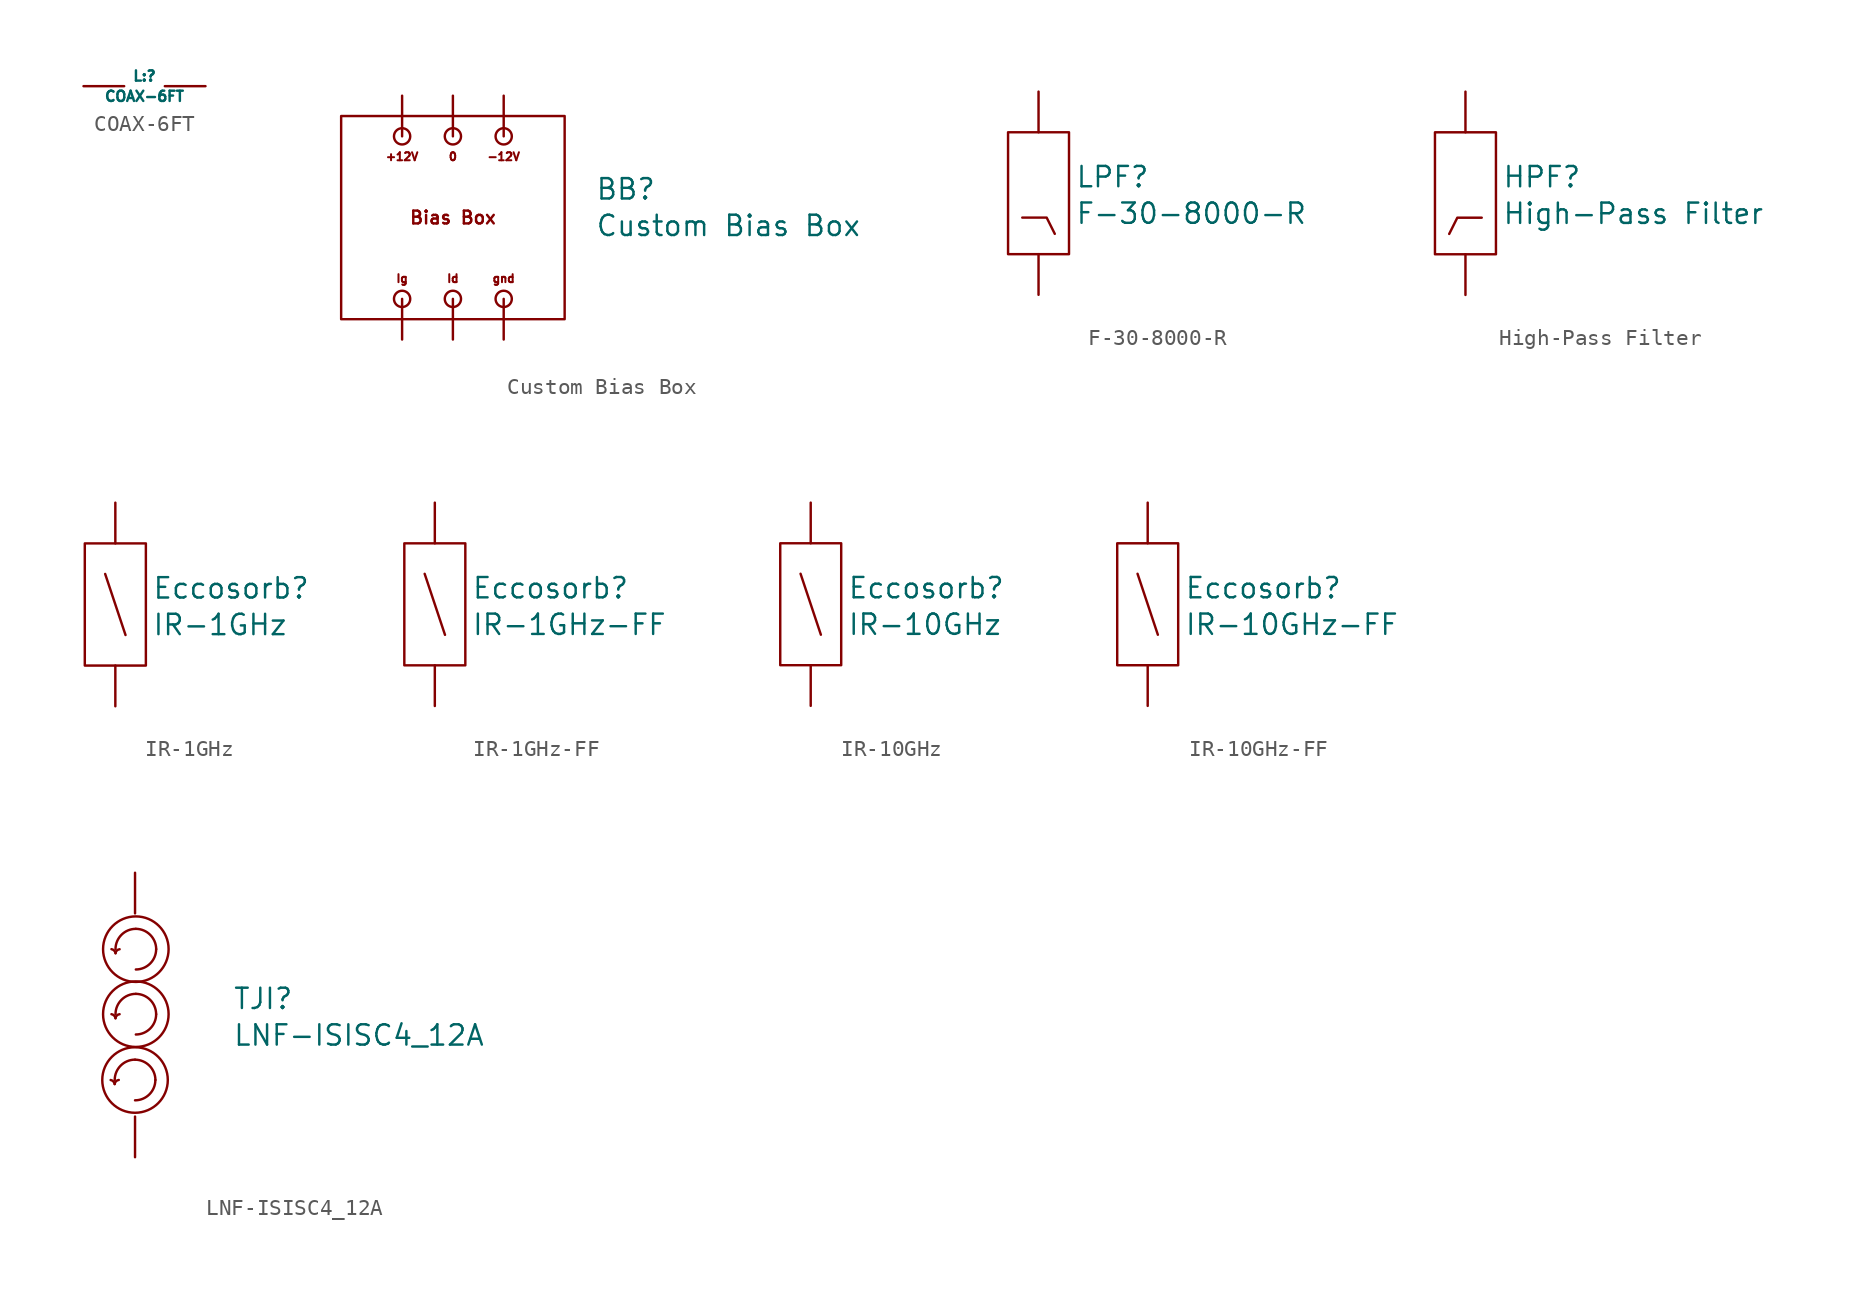
<source format=kicad_sym>
(kicad_symbol_lib
  (version 20220914)
  (generator kicad_symbol_editor)
  (symbol "COAX-6FT"
    (property "Reference" "L:"
      (at 0 0.635 0)
      (effects (font (size 0.64 0.64))))
    (property "Value" "COAX-6FT"
      (at 0 -0.635 0)
      (effects (font (size 0.64 0.64))))
    (symbol "COAX-6FT_1_1"
      (pin bidirectional line (at -3.81 0 0) (length 2.54) (name "" (effects (font (size 0.5 0.5)))) (number "" (effects (font (size 1.27 1.27)))))
      (pin bidirectional line (at 3.81 0 180) (length 2.54) (name "" (effects (font (size 0.5 0.5)))) (number "" (effects (font (size 1.27 1.27)))))))
  (symbol "Custom Bias Box"
    (property "Reference" "BB"
      (at 12.065 9.398 0)
      (effects (font (size 1.27 1.27)) (justify left)))
    (property "Value" "Custom Bias Box"
      (at 12.065 7.112 0)
      (effects (font (size 1.27 1.27)) (justify left)))
    (symbol "Custom Bias Box_0_0"
      (rectangle (start -3.81 13.97) (end 10.16 1.27) (stroke (width 0) (type default)) (fill (type none)))
      (circle (center 0 2.54) (radius 0.508) (stroke (width 0) (type default)) (fill (type none)))
      (circle (center 0 12.7) (radius 0.508) (stroke (width 0) (type default)) (fill (type none)))
      (circle (center 3.175 2.54) (radius 0.508) (stroke (width 0) (type default)) (fill (type none)))
      (circle (center 3.175 12.7) (radius 0.508) (stroke (width 0) (type default)) (fill (type none)))
      (circle (center 6.35 2.54) (radius 0.508) (stroke (width 0) (type default)) (fill (type none)))
      (circle (center 6.35 12.7) (radius 0.508) (stroke (width 0) (type default)) (fill (type none)))
      (text "+12V" (at 0 11.43 0) (effects (font (size 0.5 0.5))))
      (text "-12V" (at 6.35 11.43 0) (effects (font (size 0.5 0.5))))
      (text "0" (at 3.175 11.43 0) (effects (font (size 0.5 0.5))))
      (text "Bias Box" (at 3.175 7.62 0) (effects (font (size 0.8 0.8))))
      (text "gnd" (at 6.35 3.81 0) (effects (font (size 0.5 0.5))))
      (text "Id" (at 3.175 3.81 0) (effects (font (size 0.5 0.5))))
      (text "Ig" (at 0 3.81 0) (effects (font (size 0.5 0.5)))))
    (symbol "Custom Bias Box_1_1"
      (pin power_out line (at 0 0 90) (length 2.54) (name "" (effects (font (size 1.27 1.27)))) (number "" (effects (font (size 1.27 1.27)))))
      (pin power_in line (at 0 15.24 270) (length 2.54) (name "" (effects (font (size 1.27 1.27)))) (number "" (effects (font (size 1.27 1.27)))))
      (pin power_out line (at 3.175 0 90) (length 2.54) (name "" (effects (font (size 1.27 1.27)))) (number "" (effects (font (size 1.27 1.27)))))
      (pin power_in line (at 3.175 15.24 270) (length 2.54) (name "" (effects (font (size 1.27 1.27)))) (number "" (effects (font (size 1.27 1.27)))))
      (pin power_out line (at 6.35 0 90) (length 2.54) (name "" (effects (font (size 1.27 1.27)))) (number "" (effects (font (size 1.27 1.27)))))
      (pin power_out line (at 6.35 15.24 270) (length 2.54) (name "" (effects (font (size 1.27 1.27)))) (number "" (effects (font (size 1.27 1.27)))))))
  (symbol "F-30-8000-R"
    (property "Reference" "LPF"
      (at 2.286 1.016 0)
      (effects (font (size 1.27 1.27)) (justify left)))
    (property "Value" "F-30-8000-R"
      (at 2.286 -1.27 0)
      (effects (font (size 1.27 1.27)) (justify left)))
    (symbol "F-30-8000-R_0_0"
      (rectangle (start -1.905 3.81) (end 1.905 -3.81) (stroke (width 0) (type default)) (fill (type none)))
      (polyline (pts (xy 1.016 -2.54) (xy 0.508 -1.524) (xy -1.016 -1.524)) (stroke (width 0) (type default)) (fill (type none))))
    (symbol "F-30-8000-R_1_1"
      (pin bidirectional line (at 0 -6.35 90) (length 2.54) (name "" (effects (font (size 1.27 1.27)))) (number "" (effects (font (size 1.27 1.27)))))
      (pin bidirectional line (at 0 6.35 270) (length 2.54) (name "" (effects (font (size 1.27 1.27)))) (number "" (effects (font (size 1.27 1.27)))))))
  (symbol "High-Pass Filter"
    (property "Reference" "HPF"
      (at 2.286 1.016 0)
      (effects (font (size 1.27 1.27)) (justify left)))
    (property "Value" "High-Pass Filter"
      (at 2.286 -1.27 0)
      (effects (font (size 1.27 1.27)) (justify left)))
    (symbol "High-Pass Filter_0_0"
      (rectangle (start -1.905 3.81) (end 1.905 -3.81) (stroke (width 0) (type default)) (fill (type none)))
      (polyline (pts (xy -1.016 -2.54) (xy -0.508 -1.524) (xy 1.016 -1.524)) (stroke (width 0) (type default)) (fill (type none))))
    (symbol "High-Pass Filter_1_1"
      (pin bidirectional line (at 0 -6.35 90) (length 2.54) (name "" (effects (font (size 1.27 1.27)))) (number "" (effects (font (size 1.27 1.27)))))
      (pin bidirectional line (at 0 6.35 270) (length 2.54) (name "" (effects (font (size 1.27 1.27)))) (number "" (effects (font (size 1.27 1.27)))))))
  (symbol "IR-1GHz"
    (property "Reference" "Eccosorb"
      (at 2.286 1.016 0)
      (effects (font (size 1.27 1.27)) (justify left)))
    (property "Value" "IR-1GHz"
      (at 2.286 -1.27 0)
      (effects (font (size 1.27 1.27)) (justify left)))
    (symbol "IR-1GHz_0_0"
      (rectangle (start -1.905 3.81) (end 1.905 -3.81) (stroke (width 0) (type default)) (fill (type none))))
    (symbol "IR-1GHz_0_1"
      (polyline (pts (xy -0.635 1.905) (xy 0.635 -1.905)) (stroke (width 0) (type default)) (fill (type none))))
    (symbol "IR-1GHz_1_1"
      (pin bidirectional line (at 0 -6.35 90) (length 2.54) (name "" (effects (font (size 1.27 1.27)))) (number "" (effects (font (size 1.27 1.27)))))
      (pin bidirectional line (at 0 6.35 270) (length 2.54) (name "" (effects (font (size 1.27 1.27)))) (number "" (effects (font (size 1.27 1.27)))))))
  (symbol "IR-1GHz-FF"
    (property "Reference" "Eccosorb"
      (at 2.286 1.016 0)
      (effects (font (size 1.27 1.27)) (justify left)))
    (property "Value" "IR-1GHz-FF"
      (at 2.286 -1.27 0)
      (effects (font (size 1.27 1.27)) (justify left)))
    (symbol "IR-1GHz-FF_0_0"
      (rectangle (start -1.905 3.81) (end 1.905 -3.81) (stroke (width 0) (type default)) (fill (type none))))
    (symbol "IR-1GHz-FF_0_1"
      (polyline (pts (xy -0.635 1.905) (xy 0.635 -1.905)) (stroke (width 0) (type default)) (fill (type none))))
    (symbol "IR-1GHz-FF_1_1"
      (pin bidirectional line (at 0 -6.35 90) (length 2.54) (name "" (effects (font (size 1.27 1.27)))) (number "" (effects (font (size 1.27 1.27)))))
      (pin bidirectional line (at 0 6.35 270) (length 2.54) (name "" (effects (font (size 1.27 1.27)))) (number "" (effects (font (size 1.27 1.27)))))))
  (symbol "IR-10GHz"
    (property "Reference" "Eccosorb"
      (at 2.286 1.016 0)
      (effects (font (size 1.27 1.27)) (justify left)))
    (property "Value" "IR-10GHz"
      (at 2.286 -1.27 0)
      (effects (font (size 1.27 1.27)) (justify left)))
    (symbol "IR-10GHz_0_0"
      (rectangle (start -1.905 3.81) (end 1.905 -3.81) (stroke (width 0) (type default)) (fill (type none))))
    (symbol "IR-10GHz_0_1"
      (polyline (pts (xy -0.635 1.905) (xy 0.635 -1.905)) (stroke (width 0) (type default)) (fill (type none))))
    (symbol "IR-10GHz_1_1"
      (pin bidirectional line (at 0 -6.35 90) (length 2.54) (name "" (effects (font (size 1.27 1.27)))) (number "" (effects (font (size 1.27 1.27)))))
      (pin bidirectional line (at 0 6.35 270) (length 2.54) (name "" (effects (font (size 1.27 1.27)))) (number "" (effects (font (size 1.27 1.27)))))))
  (symbol "IR-10GHz-FF"
    (property "Reference" "Eccosorb"
      (at 2.286 1.016 0)
      (effects (font (size 1.27 1.27)) (justify left)))
    (property "Value" "IR-10GHz-FF"
      (at 2.286 -1.27 0)
      (effects (font (size 1.27 1.27)) (justify left)))
    (symbol "IR-10GHz-FF_0_0"
      (rectangle (start -1.905 3.81) (end 1.905 -3.81) (stroke (width 0) (type default)) (fill (type none))))
    (symbol "IR-10GHz-FF_0_1"
      (polyline (pts (xy -0.635 1.905) (xy 0.635 -1.905)) (stroke (width 0) (type default)) (fill (type none))))
    (symbol "IR-10GHz-FF_1_1"
      (pin bidirectional line (at 0 -6.35 90) (length 2.54) (name "" (effects (font (size 1.27 1.27)))) (number "" (effects (font (size 1.27 1.27)))))
      (pin bidirectional line (at 0 6.35 270) (length 2.54) (name "" (effects (font (size 1.27 1.27)))) (number "" (effects (font (size 1.27 1.27)))))))
  (symbol "LNF-ISISC4_12A"
    (property "Reference" "TJI"
      (at 6.096 1.016 0)
      (effects (font (size 1.27 1.27)) (justify left)))
    (property "Value" "LNF-ISISC4_12A"
      (at 6.096 -1.27 0)
      (effects (font (size 1.27 1.27)) (justify left)))
    (symbol "LNF-ISISC4_12A_0_1"
      (arc (start -1.27 -4.318) (mid -1.3562 -4.1502) (end -1.524 -4.064) (stroke (width 0) (type default)) (fill (type none)))
      (arc (start -1.2196 -0.2036) (mid -1.3058 -0.0358) (end -1.4736 0.0504) (stroke (width 0) (type default)) (fill (type none)))
      (arc (start -1.2196 3.8604) (mid -1.3058 4.0282) (end -1.4736 4.1144) (stroke (width 0) (type default)) (fill (type none)))
      (arc (start -1.016 -4.064) (mid -1.1876 -4.1464) (end -1.27 -4.318) (stroke (width 0) (type default)) (fill (type none)))
      (arc (start -0.9656 0.0504) (mid -1.1372 -0.032) (end -1.2196 -0.2036) (stroke (width 0) (type default)) (fill (type none)))
      (arc (start -0.9656 4.1144) (mid -1.1372 4.032) (end -1.2196 3.8604) (stroke (width 0) (type default)) (fill (type none)))
      (arc (start 0 -5.334) (mid 0.8976 -4.9616) (end 1.27 -4.064) (stroke (width 0) (type default)) (fill (type none)))
      (circle (center 0 -4.064) (radius 2.048) (stroke (width 0) (type default)) (fill (type none)))
      (arc (start 0 -2.794) (mid -0.8977 -3.1663) (end -1.27 -4.064) (stroke (width 0) (type default)) (fill (type none)))
      (arc (start 0.0504 -1.2196) (mid 0.948 -0.8472) (end 1.3204 0.0504) (stroke (width 0) (type default)) (fill (type none)))
      (circle (center 0.05 0.05) (radius 2.048) (stroke (width 0) (type default)) (fill (type none)))
      (arc (start 0.0504 1.3204) (mid -0.8473 0.9481) (end -1.2196 0.0504) (stroke (width 0) (type default)) (fill (type none)))
      (arc (start 0.0504 2.8444) (mid 0.948 3.2168) (end 1.3204 4.1144) (stroke (width 0) (type default)) (fill (type none)))
      (circle (center 0.05 4.114) (radius 2.048) (stroke (width 0) (type default)) (fill (type none)))
      (arc (start 0.0504 5.3844) (mid -0.8473 5.0121) (end -1.2196 4.1144) (stroke (width 0) (type default)) (fill (type none)))
      (arc (start 1.27 -4.064) (mid 0.8956 -3.1684) (end 0 -2.794) (stroke (width 0) (type default)) (fill (type none)))
      (arc (start 1.3204 0.0504) (mid 0.946 0.946) (end 0.0504 1.3204) (stroke (width 0) (type default)) (fill (type none)))
      (arc (start 1.3204 4.1144) (mid 0.946 5.01) (end 0.0504 5.3844) (stroke (width 0) (type default)) (fill (type none))))
    (symbol "LNF-ISISC4_12A_1_1"
      (pin input line (at 0 -8.89 90) (length 2.54) (name "" (effects (font (size 1.27 1.27)))) (number "" (effects (font (size 1.27 1.27)))))
      (pin output line (at 0 8.89 270) (length 2.54) (name "" (effects (font (size 1.27 1.27)))) (number "" (effects (font (size 1.27 1.27))))))))
</source>
